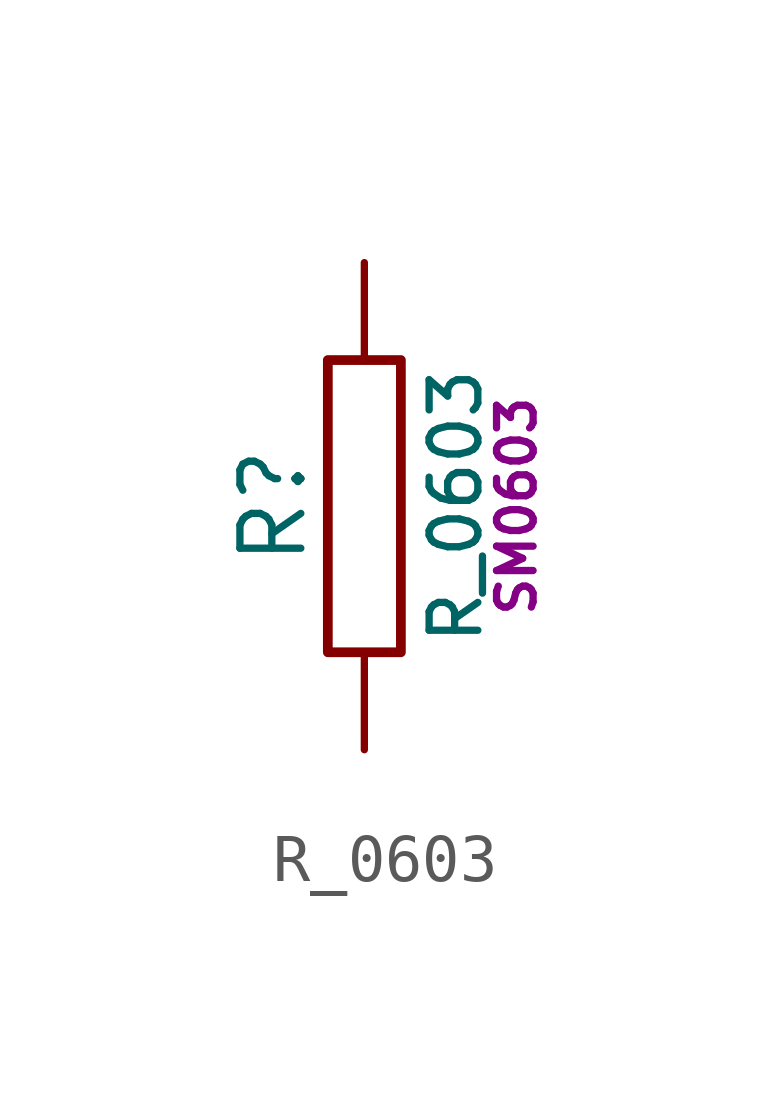
<source format=kicad_sym>
(kicad_symbol_lib
  (version 20211014)
  (generator kicad_symbol_editor)
  (symbol "R_0603"
    (pin_numbers hide)
    (pin_names
      (offset 0))
    (property "Reference" "R"
      (at -1.905 0 90)
      (effects (font (size 1.27 1.27))))
    (property "Value" "R_0603"
      (at 1.905 0 90)
      (effects (font (size 1.016 1.016))))
    (property "Footprint" "SM0603"
      (at 3.175 0 90)
      (effects (font (size 0.762 0.762))))
    (property "Datasheet" ""
      (at 0 0 0)
      (effects (font (size 1.524 1.524))))
    (symbol "R_0603_0_1"
      (rectangle (start -0.762 3.048) (end 0.762 -3.048) (stroke (width 0.203) (type default) (color 0 0 0 0)) (fill (type none))))
    (symbol "R_0603_1_1"
      (pin passive line (at 0 5.08 270) (length 2.032) (name "~" (effects (font (size 1.524 1.524)))) (number "1" (effects (font (size 1.524 1.524)))))
      (pin passive line (at 0 -5.08 90) (length 2.032) (name "~" (effects (font (size 1.524 1.524)))) (number "2" (effects (font (size 1.524 1.524))))))))
</source>
